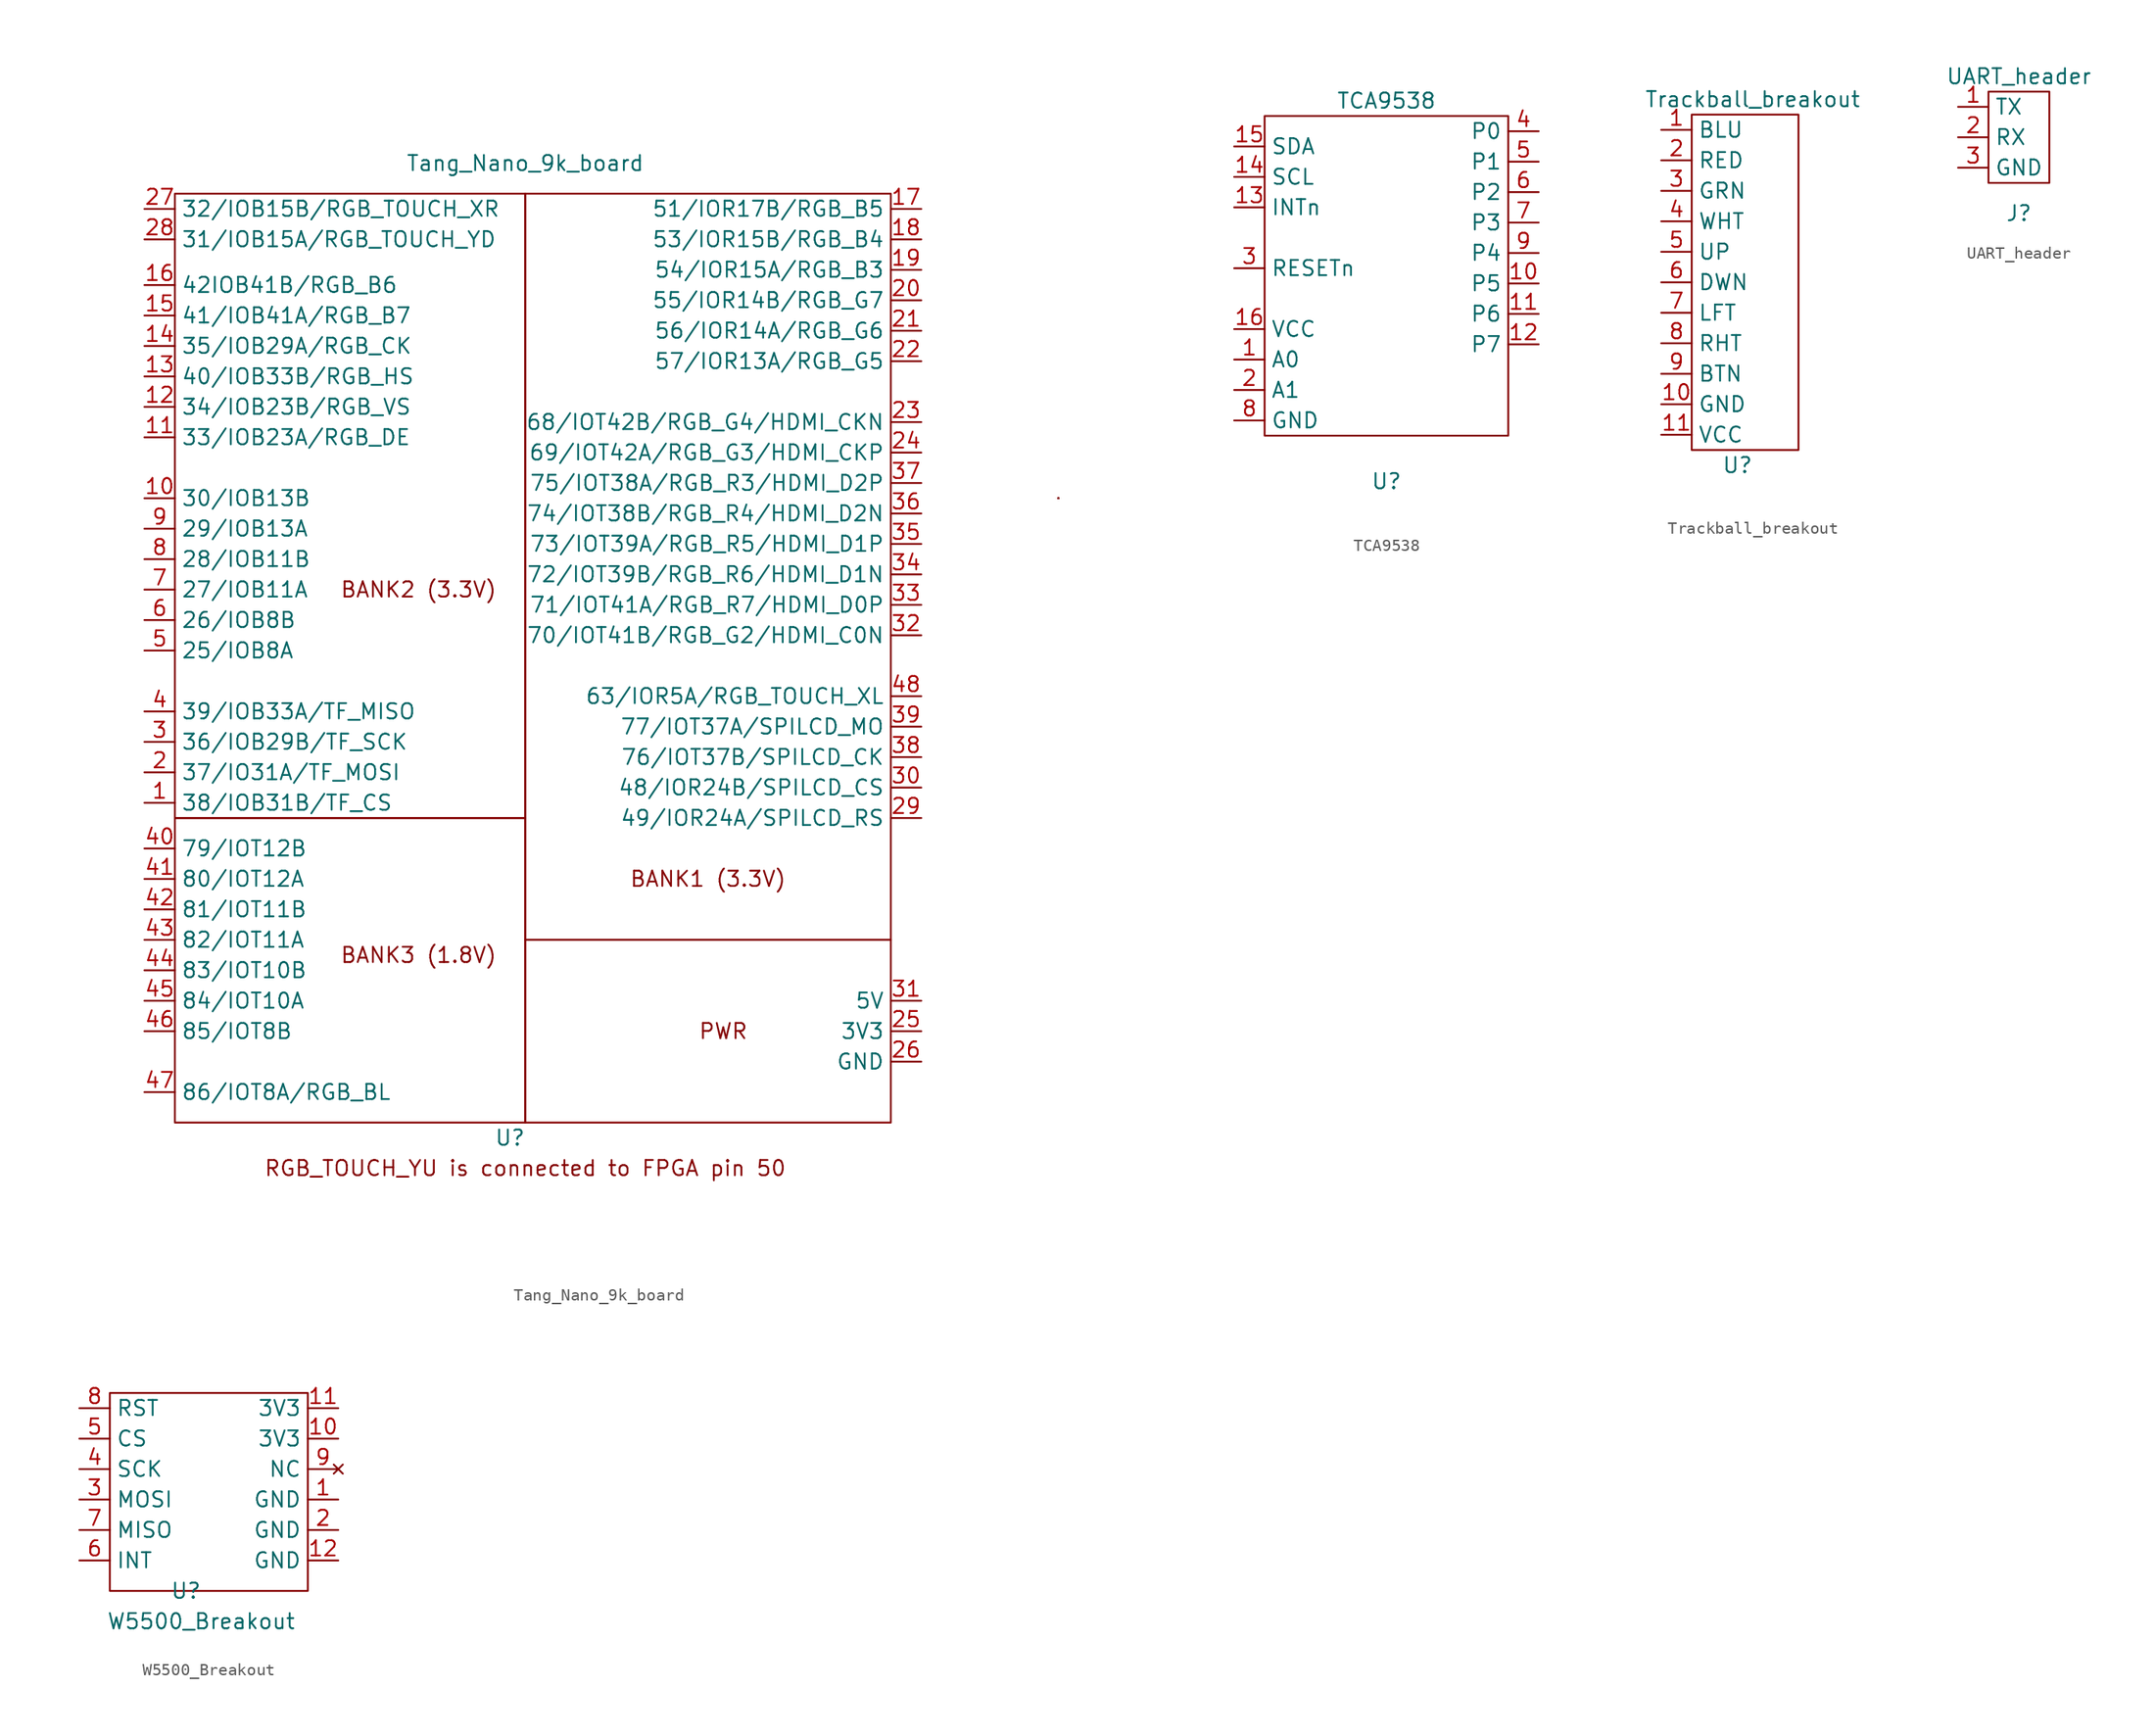
<source format=kicad_sym>
(kicad_symbol_lib
  (version 20211014)
  (generator kicad_symbol_editor)
  (symbol "Tang_Nano_9k_board"
    (property "Reference" "U"
      (at -1.27 -45.72 0)
      (effects (font (size 1.27 1.27))))
    (property "Value" "Tang_Nano_9k_board"
      (at 0 35.56 0)
      (effects (font (size 1.27 1.27))))
    (symbol "Tang_Nano_9k_board_0_0"
      (rectangle (start 44.45 7.62) (end 44.45 7.62) (stroke (width 0) (type default) (color 0 0 0 0)) (fill (type none)))
      (rectangle (start 44.45 7.62) (end 44.45 7.62) (stroke (width 0) (type default) (color 0 0 0 0)) (fill (type none)))
      (rectangle (start 44.45 7.62) (end 44.45 7.62) (stroke (width 0) (type default) (color 0 0 0 0)) (fill (type none)))
      (rectangle (start 44.45 7.62) (end 44.45 7.62) (stroke (width 0) (type default) (color 0 0 0 0)) (fill (type none)))
      (rectangle (start 44.45 7.62) (end 44.45 7.62) (stroke (width 0) (type default) (color 0 0 0 0)) (fill (type none)))
      (rectangle (start 44.45 7.62) (end 44.45 7.62) (stroke (width 0) (type default) (color 0 0 0 0)) (fill (type none)))
      (rectangle (start 44.45 7.62) (end 44.45 7.62) (stroke (width 0) (type default) (color 0 0 0 0)) (fill (type none)))
      (rectangle (start 44.45 7.62) (end 44.45 7.62) (stroke (width 0) (type default) (color 0 0 0 0)) (fill (type none)))
      (rectangle (start 44.45 7.62) (end 44.45 7.62) (stroke (width 0) (type default) (color 0 0 0 0)) (fill (type none)))
      (rectangle (start 44.45 7.62) (end 44.45 7.62) (stroke (width 0) (type default) (color 0 0 0 0)) (fill (type none)))
      (text "BANK1 (3.3V)" (at 15.24 -24.13 0) (effects (font (size 1.27 1.27))))
      (text "BANK2 (3.3V)" (at -8.89 0 0) (effects (font (size 1.27 1.27))))
      (text "BANK3 (1.8V)" (at -8.89 -30.48 0) (effects (font (size 1.27 1.27))))
      (text "PWR" (at 16.51 -36.83 0) (effects (font (size 1.27 1.27))))
      (text "RGB_TOUCH_YU is connected to FPGA pin 50" (at 0 -48.26 0) (effects (font (size 1.27 1.27)))))
    (symbol "Tang_Nano_9k_board_0_1"
      (rectangle (start -29.21 33.02) (end 0 -19.05) (stroke (width 0) (type default) (color 0 0 0 0)) (fill (type none)))
      (rectangle (start 0 -44.45) (end -29.21 -19.05) (stroke (width 0) (type default) (color 0 0 0 0)) (fill (type none)))
      (rectangle (start 0 -29.21) (end 30.48 -44.45) (stroke (width 0) (type default) (color 0 0 0 0)) (fill (type none)))
      (rectangle (start 0 33.02) (end 30.48 -29.21) (stroke (width 0) (type default) (color 0 0 0 0)) (fill (type none))))
    (symbol "Tang_Nano_9k_board_1_1"
      (pin bidirectional line (at -31.75 -17.78 0) (length 2.54) (name "38/IOB31B/TF_CS" (effects (font (size 1.27 1.27)))) (number "1" (effects (font (size 1.27 1.27)))))
      (pin bidirectional line (at -31.75 7.62 0) (length 2.54) (name "30/IOB13B" (effects (font (size 1.27 1.27)))) (number "10" (effects (font (size 1.27 1.27)))))
      (pin bidirectional line (at -31.75 12.7 0) (length 2.54) (name "33/IOB23A/RGB_DE" (effects (font (size 1.27 1.27)))) (number "11" (effects (font (size 1.27 1.27)))))
      (pin bidirectional line (at -31.75 15.24 0) (length 2.54) (name "34/IOB23B/RGB_VS" (effects (font (size 1.27 1.27)))) (number "12" (effects (font (size 1.27 1.27)))))
      (pin bidirectional line (at -31.75 17.78 0) (length 2.54) (name "40/IOB33B/RGB_HS" (effects (font (size 1.27 1.27)))) (number "13" (effects (font (size 1.27 1.27)))))
      (pin bidirectional line (at -31.75 20.32 0) (length 2.54) (name "35/IOB29A/RGB_CK" (effects (font (size 1.27 1.27)))) (number "14" (effects (font (size 1.27 1.27)))))
      (pin bidirectional line (at -31.75 22.86 0) (length 2.54) (name "41/IOB41A/RGB_B7" (effects (font (size 1.27 1.27)))) (number "15" (effects (font (size 1.27 1.27)))))
      (pin bidirectional line (at -31.75 25.4 0) (length 2.54) (name "42IOB41B/RGB_B6" (effects (font (size 1.27 1.27)))) (number "16" (effects (font (size 1.27 1.27)))))
      (pin bidirectional line (at 33.02 31.75 180) (length 2.54) (name "51/IOR17B/RGB_B5" (effects (font (size 1.27 1.27)))) (number "17" (effects (font (size 1.27 1.27)))))
      (pin bidirectional line (at 33.02 29.21 180) (length 2.54) (name "53/IOR15B/RGB_B4" (effects (font (size 1.27 1.27)))) (number "18" (effects (font (size 1.27 1.27)))))
      (pin bidirectional line (at 33.02 26.67 180) (length 2.54) (name "54/IOR15A/RGB_B3" (effects (font (size 1.27 1.27)))) (number "19" (effects (font (size 1.27 1.27)))))
      (pin bidirectional line (at -31.75 -15.24 0) (length 2.54) (name "37/IO31A/TF_MOSI" (effects (font (size 1.27 1.27)))) (number "2" (effects (font (size 1.27 1.27)))))
      (pin bidirectional line (at 33.02 24.13 180) (length 2.54) (name "55/IOR14B/RGB_G7" (effects (font (size 1.27 1.27)))) (number "20" (effects (font (size 1.27 1.27)))))
      (pin bidirectional line (at 33.02 21.59 180) (length 2.54) (name "56/IOR14A/RGB_G6" (effects (font (size 1.27 1.27)))) (number "21" (effects (font (size 1.27 1.27)))))
      (pin bidirectional line (at 33.02 19.05 180) (length 2.54) (name "57/IOR13A/RGB_G5" (effects (font (size 1.27 1.27)))) (number "22" (effects (font (size 1.27 1.27)))))
      (pin bidirectional line (at 33.02 13.97 180) (length 2.54) (name "68/IOT42B/RGB_G4/HDMI_CKN" (effects (font (size 1.27 1.27)))) (number "23" (effects (font (size 1.27 1.27)))))
      (pin bidirectional line (at 33.02 11.43 180) (length 2.54) (name "69/IOT42A/RGB_G3/HDMI_CKP" (effects (font (size 1.27 1.27)))) (number "24" (effects (font (size 1.27 1.27)))))
      (pin power_out line (at 33.02 -36.83 180) (length 2.54) (name "3V3" (effects (font (size 1.27 1.27)))) (number "25" (effects (font (size 1.27 1.27)))))
      (pin power_in line (at 33.02 -39.37 180) (length 2.54) (name "GND" (effects (font (size 1.27 1.27)))) (number "26" (effects (font (size 1.27 1.27)))))
      (pin bidirectional line (at -31.75 31.75 0) (length 2.54) (name "32/IOB15B/RGB_TOUCH_XR" (effects (font (size 1.27 1.27)))) (number "27" (effects (font (size 1.27 1.27)))))
      (pin bidirectional line (at -31.75 29.21 0) (length 2.54) (name "31/IOB15A/RGB_TOUCH_YD" (effects (font (size 1.27 1.27)))) (number "28" (effects (font (size 1.27 1.27)))))
      (pin bidirectional line (at 33.02 -19.05 180) (length 2.54) (name "49/IOR24A/SPILCD_RS" (effects (font (size 1.27 1.27)))) (number "29" (effects (font (size 1.27 1.27)))))
      (pin bidirectional line (at -31.75 -12.7 0) (length 2.54) (name "36/IOB29B/TF_SCK" (effects (font (size 1.27 1.27)))) (number "3" (effects (font (size 1.27 1.27)))))
      (pin bidirectional line (at 33.02 -16.51 180) (length 2.54) (name "48/IOR24B/SPILCD_CS" (effects (font (size 1.27 1.27)))) (number "30" (effects (font (size 1.27 1.27)))))
      (pin power_out line (at 33.02 -34.29 180) (length 2.54) (name "5V" (effects (font (size 1.27 1.27)))) (number "31" (effects (font (size 1.27 1.27)))))
      (pin bidirectional line (at 33.02 -3.81 180) (length 2.54) (name "70/IOT41B/RGB_G2/HDMI_C0N" (effects (font (size 1.27 1.27)))) (number "32" (effects (font (size 1.27 1.27)))))
      (pin bidirectional line (at 33.02 -1.27 180) (length 2.54) (name "71/IOT41A/RGB_R7/HDMI_D0P" (effects (font (size 1.27 1.27)))) (number "33" (effects (font (size 1.27 1.27)))))
      (pin bidirectional line (at 33.02 1.27 180) (length 2.54) (name "72/IOT39B/RGB_R6/HDMI_D1N" (effects (font (size 1.27 1.27)))) (number "34" (effects (font (size 1.27 1.27)))))
      (pin bidirectional line (at 33.02 3.81 180) (length 2.54) (name "73/IOT39A/RGB_R5/HDMI_D1P" (effects (font (size 1.27 1.27)))) (number "35" (effects (font (size 1.27 1.27)))))
      (pin bidirectional line (at 33.02 6.35 180) (length 2.54) (name "74/IOT38B/RGB_R4/HDMI_D2N" (effects (font (size 1.27 1.27)))) (number "36" (effects (font (size 1.27 1.27)))))
      (pin bidirectional line (at 33.02 8.89 180) (length 2.54) (name "75/IOT38A/RGB_R3/HDMI_D2P" (effects (font (size 1.27 1.27)))) (number "37" (effects (font (size 1.27 1.27)))))
      (pin bidirectional line (at 33.02 -13.97 180) (length 2.54) (name "76/IOT37B/SPILCD_CK" (effects (font (size 1.27 1.27)))) (number "38" (effects (font (size 1.27 1.27)))))
      (pin bidirectional line (at 33.02 -11.43 180) (length 2.54) (name "77/IOT37A/SPILCD_MO" (effects (font (size 1.27 1.27)))) (number "39" (effects (font (size 1.27 1.27)))))
      (pin bidirectional line (at -31.75 -10.16 0) (length 2.54) (name "39/IOB33A/TF_MISO" (effects (font (size 1.27 1.27)))) (number "4" (effects (font (size 1.27 1.27)))))
      (pin bidirectional line (at -31.75 -21.59 0) (length 2.54) (name "79/IOT12B" (effects (font (size 1.27 1.27)))) (number "40" (effects (font (size 1.27 1.27)))))
      (pin bidirectional line (at -31.75 -24.13 0) (length 2.54) (name "80/IOT12A" (effects (font (size 1.27 1.27)))) (number "41" (effects (font (size 1.27 1.27)))))
      (pin bidirectional line (at -31.75 -26.67 0) (length 2.54) (name "81/IOT11B" (effects (font (size 1.27 1.27)))) (number "42" (effects (font (size 1.27 1.27)))))
      (pin bidirectional line (at -31.75 -29.21 0) (length 2.54) (name "82/IOT11A" (effects (font (size 1.27 1.27)))) (number "43" (effects (font (size 1.27 1.27)))))
      (pin bidirectional line (at -31.75 -31.75 0) (length 2.54) (name "83/IOT10B" (effects (font (size 1.27 1.27)))) (number "44" (effects (font (size 1.27 1.27)))))
      (pin bidirectional line (at -31.75 -34.29 0) (length 2.54) (name "84/IOT10A" (effects (font (size 1.27 1.27)))) (number "45" (effects (font (size 1.27 1.27)))))
      (pin bidirectional line (at -31.75 -36.83 0) (length 2.54) (name "85/IOT8B" (effects (font (size 1.27 1.27)))) (number "46" (effects (font (size 1.27 1.27)))))
      (pin bidirectional line (at -31.75 -41.91 0) (length 2.54) (name "86/IOT8A/RGB_BL" (effects (font (size 1.27 1.27)))) (number "47" (effects (font (size 1.27 1.27)))))
      (pin bidirectional line (at 33.02 -8.89 180) (length 2.54) (name "63/IOR5A/RGB_TOUCH_XL" (effects (font (size 1.27 1.27)))) (number "48" (effects (font (size 1.27 1.27)))))
      (pin bidirectional line (at -31.75 -5.08 0) (length 2.54) (name "25/IOB8A" (effects (font (size 1.27 1.27)))) (number "5" (effects (font (size 1.27 1.27)))))
      (pin bidirectional line (at -31.75 -2.54 0) (length 2.54) (name "26/IOB8B" (effects (font (size 1.27 1.27)))) (number "6" (effects (font (size 1.27 1.27)))))
      (pin bidirectional line (at -31.75 0 0) (length 2.54) (name "27/IOB11A" (effects (font (size 1.27 1.27)))) (number "7" (effects (font (size 1.27 1.27)))))
      (pin bidirectional line (at -31.75 2.54 0) (length 2.54) (name "28/IOB11B" (effects (font (size 1.27 1.27)))) (number "8" (effects (font (size 1.27 1.27)))))
      (pin bidirectional line (at -31.75 5.08 0) (length 2.54) (name "29/IOB13A" (effects (font (size 1.27 1.27)))) (number "9" (effects (font (size 1.27 1.27)))))))
  (symbol "TCA9538"
    (property "Reference" "U"
      (at 0 0 0)
      (effects (font (size 1.27 1.27))))
    (property "Value" "TCA9538"
      (at 0 31.75 0)
      (effects (font (size 1.27 1.27))))
    (symbol "TCA9538_0_1"
      (rectangle (start -10.16 3.81) (end 10.16 30.48) (stroke (width 0) (type default) (color 0 0 0 0)) (fill (type none))))
    (symbol "TCA9538_1_1"
      (pin input line (at -12.7 10.16 0) (length 2.54) (name "A0" (effects (font (size 1.27 1.27)))) (number "1" (effects (font (size 1.27 1.27)))))
      (pin bidirectional line (at 12.7 16.51 180) (length 2.54) (name "P5" (effects (font (size 1.27 1.27)))) (number "10" (effects (font (size 1.27 1.27)))))
      (pin bidirectional line (at 12.7 13.97 180) (length 2.54) (name "P6" (effects (font (size 1.27 1.27)))) (number "11" (effects (font (size 1.27 1.27)))))
      (pin bidirectional line (at 12.7 11.43 180) (length 2.54) (name "P7" (effects (font (size 1.27 1.27)))) (number "12" (effects (font (size 1.27 1.27)))))
      (pin output line (at -12.7 22.86 0) (length 2.54) (name "INTn" (effects (font (size 1.27 1.27)))) (number "13" (effects (font (size 1.27 1.27)))))
      (pin bidirectional line (at -12.7 25.4 0) (length 2.54) (name "SCL" (effects (font (size 1.27 1.27)))) (number "14" (effects (font (size 1.27 1.27)))))
      (pin bidirectional line (at -12.7 27.94 0) (length 2.54) (name "SDA" (effects (font (size 1.27 1.27)))) (number "15" (effects (font (size 1.27 1.27)))))
      (pin power_in line (at -12.7 12.7 0) (length 2.54) (name "VCC" (effects (font (size 1.27 1.27)))) (number "16" (effects (font (size 1.27 1.27)))))
      (pin input line (at -12.7 7.62 0) (length 2.54) (name "A1" (effects (font (size 1.27 1.27)))) (number "2" (effects (font (size 1.27 1.27)))))
      (pin input line (at -12.7 17.78 0) (length 2.54) (name "RESETn" (effects (font (size 1.27 1.27)))) (number "3" (effects (font (size 1.27 1.27)))))
      (pin bidirectional line (at 12.7 29.21 180) (length 2.54) (name "P0" (effects (font (size 1.27 1.27)))) (number "4" (effects (font (size 1.27 1.27)))))
      (pin bidirectional line (at 12.7 26.67 180) (length 2.54) (name "P1" (effects (font (size 1.27 1.27)))) (number "5" (effects (font (size 1.27 1.27)))))
      (pin bidirectional line (at 12.7 24.13 180) (length 2.54) (name "P2" (effects (font (size 1.27 1.27)))) (number "6" (effects (font (size 1.27 1.27)))))
      (pin bidirectional line (at 12.7 21.59 180) (length 2.54) (name "P3" (effects (font (size 1.27 1.27)))) (number "7" (effects (font (size 1.27 1.27)))))
      (pin power_in line (at -12.7 5.08 0) (length 2.54) (name "GND" (effects (font (size 1.27 1.27)))) (number "8" (effects (font (size 1.27 1.27)))))
      (pin bidirectional line (at 12.7 19.05 180) (length 2.54) (name "P4" (effects (font (size 1.27 1.27)))) (number "9" (effects (font (size 1.27 1.27)))))))
  (symbol "Trackball_breakout"
    (property "Reference" "U"
      (at 0 -11.43 0)
      (effects (font (size 1.27 1.27))))
    (property "Value" "Trackball_breakout"
      (at 1.27 19.05 0)
      (effects (font (size 1.27 1.27))))
    (symbol "Trackball_breakout_0_1"
      (rectangle (start -3.81 17.78) (end 5.08 -10.16) (stroke (width 0) (type default) (color 0 0 0 0)) (fill (type none))))
    (symbol "Trackball_breakout_1_1"
      (pin input line (at -6.35 16.51 0) (length 2.54) (name "BLU" (effects (font (size 1.27 1.27)))) (number "1" (effects (font (size 1.27 1.27)))))
      (pin power_in line (at -6.35 -6.35 0) (length 2.54) (name "GND" (effects (font (size 1.27 1.27)))) (number "10" (effects (font (size 1.27 1.27)))))
      (pin power_in line (at -6.35 -8.89 0) (length 2.54) (name "VCC" (effects (font (size 1.27 1.27)))) (number "11" (effects (font (size 1.27 1.27)))))
      (pin input line (at -6.35 13.97 0) (length 2.54) (name "RED" (effects (font (size 1.27 1.27)))) (number "2" (effects (font (size 1.27 1.27)))))
      (pin input line (at -6.35 11.43 0) (length 2.54) (name "GRN" (effects (font (size 1.27 1.27)))) (number "3" (effects (font (size 1.27 1.27)))))
      (pin input line (at -6.35 8.89 0) (length 2.54) (name "WHT" (effects (font (size 1.27 1.27)))) (number "4" (effects (font (size 1.27 1.27)))))
      (pin output line (at -6.35 6.35 0) (length 2.54) (name "UP" (effects (font (size 1.27 1.27)))) (number "5" (effects (font (size 1.27 1.27)))))
      (pin output line (at -6.35 3.81 0) (length 2.54) (name "DWN" (effects (font (size 1.27 1.27)))) (number "6" (effects (font (size 1.27 1.27)))))
      (pin output line (at -6.35 1.27 0) (length 2.54) (name "LFT" (effects (font (size 1.27 1.27)))) (number "7" (effects (font (size 1.27 1.27)))))
      (pin output line (at -6.35 -1.27 0) (length 2.54) (name "RHT" (effects (font (size 1.27 1.27)))) (number "8" (effects (font (size 1.27 1.27)))))
      (pin output line (at -6.35 -3.81 0) (length 2.54) (name "BTN" (effects (font (size 1.27 1.27)))) (number "9" (effects (font (size 1.27 1.27)))))))
  (symbol "UART_header"
    (property "Reference" "J"
      (at 0 0 0)
      (effects (font (size 1.27 1.27))))
    (property "Value" "UART_header"
      (at 0 11.43 0)
      (effects (font (size 1.27 1.27))))
    (symbol "UART_header_0_1"
      (rectangle (start -2.54 10.16) (end 2.54 2.54) (stroke (width 0) (type default) (color 0 0 0 0)) (fill (type none))))
    (symbol "UART_header_1_1"
      (pin input line (at -5.08 8.89 0) (length 2.54) (name "TX" (effects (font (size 1.27 1.27)))) (number "1" (effects (font (size 1.27 1.27)))))
      (pin output line (at -5.08 6.35 0) (length 2.54) (name "RX" (effects (font (size 1.27 1.27)))) (number "2" (effects (font (size 1.27 1.27)))))
      (pin power_in line (at -5.08 3.81 0) (length 2.54) (name "GND" (effects (font (size 1.27 1.27)))) (number "3" (effects (font (size 1.27 1.27)))))))
  (symbol "W5500_Breakout"
    (property "Reference" "U"
      (at -1.27 2.54 0)
      (effects (font (size 1.27 1.27))))
    (property "Value" "W5500_Breakout"
      (at 0 0 0)
      (effects (font (size 1.27 1.27))))
    (symbol "W5500_Breakout_0_0"
      (rectangle (start -7.62 19.05) (end 8.89 2.54) (stroke (width 0) (type default) (color 0 0 0 0)) (fill (type none))))
    (symbol "W5500_Breakout_1_1"
      (pin power_in line (at 11.43 10.16 180) (length 2.54) (name "GND" (effects (font (size 1.27 1.27)))) (number "1" (effects (font (size 1.27 1.27)))))
      (pin power_in line (at 11.43 15.24 180) (length 2.54) (name "3V3" (effects (font (size 1.27 1.27)))) (number "10" (effects (font (size 1.27 1.27)))))
      (pin power_in line (at 11.43 17.78 180) (length 2.54) (name "3V3" (effects (font (size 1.27 1.27)))) (number "11" (effects (font (size 1.27 1.27)))))
      (pin power_in line (at 11.43 5.08 180) (length 2.54) (name "GND" (effects (font (size 1.27 1.27)))) (number "12" (effects (font (size 1.27 1.27)))))
      (pin power_in line (at 11.43 7.62 180) (length 2.54) (name "GND" (effects (font (size 1.27 1.27)))) (number "2" (effects (font (size 1.27 1.27)))))
      (pin input line (at -10.16 10.16 0) (length 2.54) (name "MOSI" (effects (font (size 1.27 1.27)))) (number "3" (effects (font (size 1.27 1.27)))))
      (pin input line (at -10.16 12.7 0) (length 2.54) (name "SCK" (effects (font (size 1.27 1.27)))) (number "4" (effects (font (size 1.27 1.27)))))
      (pin input line (at -10.16 15.24 0) (length 2.54) (name "CS" (effects (font (size 1.27 1.27)))) (number "5" (effects (font (size 1.27 1.27)))))
      (pin output line (at -10.16 5.08 0) (length 2.54) (name "INT" (effects (font (size 1.27 1.27)))) (number "6" (effects (font (size 1.27 1.27)))))
      (pin output line (at -10.16 7.62 0) (length 2.54) (name "MISO" (effects (font (size 1.27 1.27)))) (number "7" (effects (font (size 1.27 1.27)))))
      (pin input line (at -10.16 17.78 0) (length 2.54) (name "RST" (effects (font (size 1.27 1.27)))) (number "8" (effects (font (size 1.27 1.27)))))
      (pin no_connect line (at 11.43 12.7 180) (length 2.54) (name "NC" (effects (font (size 1.27 1.27)))) (number "9" (effects (font (size 1.27 1.27))))))))
</source>
